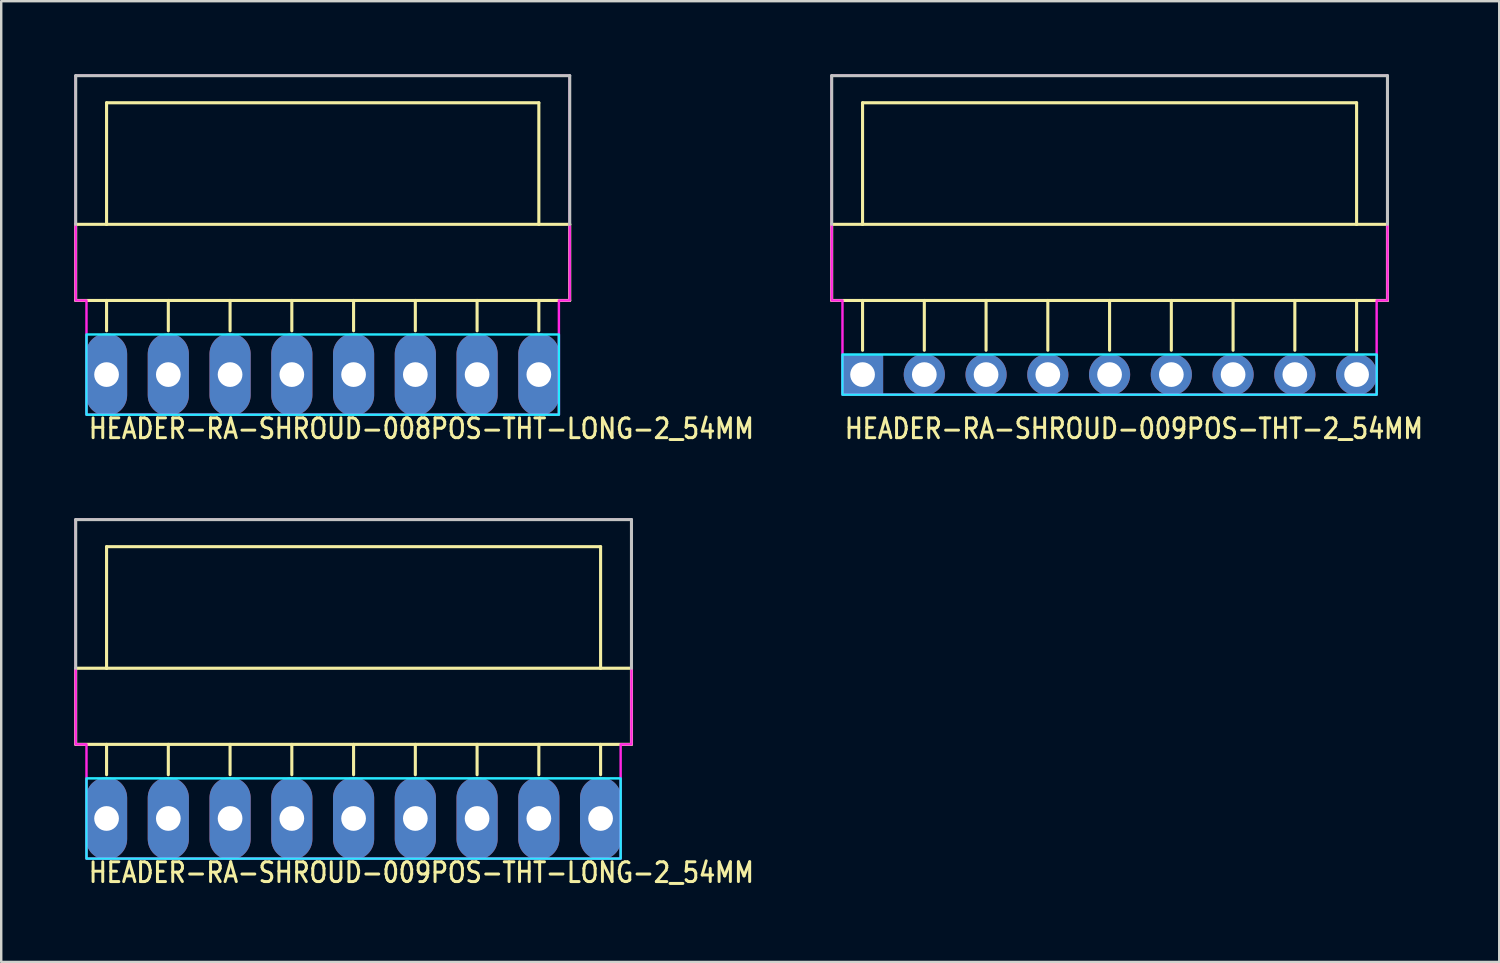
<source format=kicad_pcb>
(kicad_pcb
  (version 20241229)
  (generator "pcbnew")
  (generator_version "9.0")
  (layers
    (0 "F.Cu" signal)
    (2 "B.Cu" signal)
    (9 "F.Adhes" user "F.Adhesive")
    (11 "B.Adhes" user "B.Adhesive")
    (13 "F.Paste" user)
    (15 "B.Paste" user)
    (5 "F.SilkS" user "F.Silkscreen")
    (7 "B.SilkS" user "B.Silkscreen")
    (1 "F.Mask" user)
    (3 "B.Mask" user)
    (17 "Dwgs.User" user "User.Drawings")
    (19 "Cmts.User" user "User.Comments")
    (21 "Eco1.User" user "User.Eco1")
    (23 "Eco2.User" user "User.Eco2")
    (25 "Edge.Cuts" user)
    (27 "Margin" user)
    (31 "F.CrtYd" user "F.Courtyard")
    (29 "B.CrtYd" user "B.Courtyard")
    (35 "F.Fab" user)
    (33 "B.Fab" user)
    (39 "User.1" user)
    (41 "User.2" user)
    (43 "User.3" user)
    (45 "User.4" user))
  (footprint "HEADER-RA-SHROUD-009POS-THT-LONG-2_54MM"
    (layer "F.Cu")
    (at 1.333 30.615)
    (property "Reference" "HEADER-RA-SHROUD-009POS-THT-LONG-2_54MM" (at -0.8 2.7 0) (unlocked yes) (layer "F.SilkS") (effects (font (size 0.813 0.695) (thickness 0.122)) (justify left bottom)))
    (fp_line (start -1.27 -6.18) (end -1.27 -3.048) (stroke (width 0.127) (type solid)) (layer "F.SilkS"))
    (fp_line (start -1.27 -3.048) (end 21.59 -3.048) (stroke (width 0.127) (type solid)) (layer "F.SilkS"))
    (fp_line (start 0 -11.18) (end 0 -6.18) (stroke (width 0.127) (type solid)) (layer "F.SilkS"))
    (fp_line (start 0 -6.18) (end -1.27 -6.18) (stroke (width 0.127) (type solid)) (layer "F.SilkS"))
    (fp_line (start 0 -1.8) (end 0 -3.048) (stroke (width 0.127) (type solid)) (layer "F.SilkS"))
    (fp_line (start 2.54 -1.8) (end 2.54 -3.048) (stroke (width 0.127) (type solid)) (layer "F.SilkS"))
    (fp_line (start 5.08 -1.8) (end 5.08 -3.048) (stroke (width 0.127) (type solid)) (layer "F.SilkS"))
    (fp_line (start 7.62 -1.8) (end 7.62 -3.048) (stroke (width 0.127) (type solid)) (layer "F.SilkS"))
    (fp_line (start 10.16 -1.8) (end 10.16 -3.048) (stroke (width 0.127) (type solid)) (layer "F.SilkS"))
    (fp_line (start 12.7 -1.8) (end 12.7 -3.048) (stroke (width 0.127) (type solid)) (layer "F.SilkS"))
    (fp_line (start 15.24 -1.8) (end 15.24 -3.048) (stroke (width 0.127) (type solid)) (layer "F.SilkS"))
    (fp_line (start 17.78 -1.8) (end 17.78 -3.048) (stroke (width 0.127) (type solid)) (layer "F.SilkS"))
    (fp_line (start 20.32 -11.18) (end 0 -11.18) (stroke (width 0.127) (type solid)) (layer "F.SilkS"))
    (fp_line (start 20.32 -6.18) (end 0 -6.18) (stroke (width 0.127) (type solid)) (layer "F.SilkS"))
    (fp_line (start 20.32 -6.18) (end 20.32 -11.18) (stroke (width 0.127) (type solid)) (layer "F.SilkS"))
    (fp_line (start 20.32 -1.8) (end 20.32 -3.048) (stroke (width 0.127) (type solid)) (layer "F.SilkS"))
    (fp_line (start 21.59 -6.18) (end 20.32 -6.18) (stroke (width 0.127) (type solid)) (layer "F.SilkS"))
    (fp_line (start 21.59 -3.048) (end 21.59 -6.18) (stroke (width 0.127) (type solid)) (layer "F.SilkS"))
    (fp_line (start -1.27 -12.294) (end 21.59 -12.294) (stroke (width 0.127) (type solid)) (layer "Dwgs.User"))
    (fp_line (start -1.27 -6.18) (end -1.27 -12.294) (stroke (width 0.127) (type solid)) (layer "Dwgs.User"))
    (fp_line (start 21.59 -12.294) (end 21.59 -6.18) (stroke (width 0.127) (type solid)) (layer "Dwgs.User"))
    (fp_poly (pts (xy -0.826 -1.65) (xy -0.826 1.65) (xy 21.145 1.65) (xy 21.145 -1.65)) (stroke (width 0.1) (type solid)) (fill no) (layer "B.CrtYd"))
    (fp_poly (pts (xy -1.27 -12.294) (xy -1.27 -3.048) (xy -0.826 -3.048) (xy -0.826 1.65) (xy 21.145 1.65) (xy 21.145 -3.048) (xy 21.59 -3.048) (xy 21.59 -12.294)) (stroke (width 0.1) (type solid)) (fill no) (layer "F.CrtYd"))
    (pad "1" thru_hole oval (at 0 0 90) (size 3.387 1.693) (drill 1.016) (layers "*.Cu" "*.Mask"))
    (pad "2" thru_hole oval (at 2.54 0 90) (size 3.387 1.693) (drill 1.016) (layers "*.Cu" "*.Mask"))
    (pad "3" thru_hole oval (at 5.08 0 90) (size 3.387 1.693) (drill 1.016) (layers "*.Cu" "*.Mask"))
    (pad "4" thru_hole oval (at 7.62 0 90) (size 3.387 1.693) (drill 1.016) (layers "*.Cu" "*.Mask"))
    (pad "5" thru_hole oval (at 10.16 0 90) (size 3.387 1.693) (drill 1.016) (layers "*.Cu" "*.Mask"))
    (pad "6" thru_hole oval (at 12.7 0 90) (size 3.387 1.693) (drill 1.016) (layers "*.Cu" "*.Mask"))
    (pad "7" thru_hole oval (at 15.24 0 90) (size 3.387 1.693) (drill 1.016) (layers "*.Cu" "*.Mask"))
    (pad "8" thru_hole oval (at 17.78 0 90) (size 3.387 1.693) (drill 1.016) (layers "*.Cu" "*.Mask"))
    (pad "9" thru_hole oval (at 20.32 0 90) (size 3.387 1.693) (drill 1.016) (layers "*.Cu" "*.Mask")))
  (footprint "HEADER-RA-SHROUD-009POS-THT-2_54MM"
    (layer "F.Cu")
    (at 32.428 12.357)
    (property "Reference" "HEADER-RA-SHROUD-009POS-THT-2_54MM" (at -0.8 2.7 0) (unlocked yes) (layer "F.SilkS") (effects (font (size 0.813 0.695) (thickness 0.122)) (justify left bottom)))
    (fp_line (start -1.27 -6.18) (end -1.27 -3.048) (stroke (width 0.127) (type solid)) (layer "F.SilkS"))
    (fp_line (start -1.27 -3.048) (end 21.59 -3.048) (stroke (width 0.127) (type solid)) (layer "F.SilkS"))
    (fp_line (start 0 -11.18) (end 0 -6.18) (stroke (width 0.127) (type solid)) (layer "F.SilkS"))
    (fp_line (start 0 -6.18) (end -1.27 -6.18) (stroke (width 0.127) (type solid)) (layer "F.SilkS"))
    (fp_line (start 0 -1) (end 0 -3.048) (stroke (width 0.127) (type solid)) (layer "F.SilkS"))
    (fp_line (start 2.54 -1) (end 2.54 -3.048) (stroke (width 0.127) (type solid)) (layer "F.SilkS"))
    (fp_line (start 5.08 -1) (end 5.08 -3.048) (stroke (width 0.127) (type solid)) (layer "F.SilkS"))
    (fp_line (start 7.62 -1) (end 7.62 -3.048) (stroke (width 0.127) (type solid)) (layer "F.SilkS"))
    (fp_line (start 10.16 -1) (end 10.16 -3.048) (stroke (width 0.127) (type solid)) (layer "F.SilkS"))
    (fp_line (start 12.7 -1) (end 12.7 -3.048) (stroke (width 0.127) (type solid)) (layer "F.SilkS"))
    (fp_line (start 15.24 -1) (end 15.24 -3.048) (stroke (width 0.127) (type solid)) (layer "F.SilkS"))
    (fp_line (start 17.78 -1) (end 17.78 -3.048) (stroke (width 0.127) (type solid)) (layer "F.SilkS"))
    (fp_line (start 20.32 -11.18) (end 0 -11.18) (stroke (width 0.127) (type solid)) (layer "F.SilkS"))
    (fp_line (start 20.32 -6.18) (end 0 -6.18) (stroke (width 0.127) (type solid)) (layer "F.SilkS"))
    (fp_line (start 20.32 -6.18) (end 20.32 -11.18) (stroke (width 0.127) (type solid)) (layer "F.SilkS"))
    (fp_line (start 20.32 -1) (end 20.32 -3.048) (stroke (width 0.127) (type solid)) (layer "F.SilkS"))
    (fp_line (start 21.59 -6.18) (end 20.32 -6.18) (stroke (width 0.127) (type solid)) (layer "F.SilkS"))
    (fp_line (start 21.59 -3.048) (end 21.59 -6.18) (stroke (width 0.127) (type solid)) (layer "F.SilkS"))
    (fp_line (start -1.27 -12.294) (end 21.59 -12.294) (stroke (width 0.127) (type solid)) (layer "Dwgs.User"))
    (fp_line (start -1.27 -6.18) (end -1.27 -12.294) (stroke (width 0.127) (type solid)) (layer "Dwgs.User"))
    (fp_line (start 21.59 -12.294) (end 21.59 -6.18) (stroke (width 0.127) (type solid)) (layer "Dwgs.User"))
    (fp_poly (pts (xy -0.826 -0.826) (xy -0.826 0.826) (xy 21.145 0.826) (xy 21.145 -0.826)) (stroke (width 0.1) (type solid)) (fill no) (layer "B.CrtYd"))
    (fp_poly (pts (xy -1.27 -12.294) (xy -1.27 -3.048) (xy -0.826 -3.048) (xy -0.826 0.826) (xy 21.145 0.826) (xy 21.145 -3.048) (xy 21.59 -3.048) (xy 21.59 -12.294)) (stroke (width 0.1) (type solid)) (fill no) (layer "F.CrtYd"))
    (pad "1" thru_hole rect (at 0 0) (size 1.693 1.693) (drill 1.016) (layers "*.Cu" "*.Mask"))
    (pad "2" thru_hole oval (at 2.54 0) (size 1.693 1.693) (drill 1.016) (layers "*.Cu" "*.Mask"))
    (pad "3" thru_hole oval (at 5.08 0) (size 1.693 1.693) (drill 1.016) (layers "*.Cu" "*.Mask"))
    (pad "4" thru_hole oval (at 7.62 0) (size 1.693 1.693) (drill 1.016) (layers "*.Cu" "*.Mask"))
    (pad "5" thru_hole oval (at 10.16 0) (size 1.693 1.693) (drill 1.016) (layers "*.Cu" "*.Mask"))
    (pad "6" thru_hole oval (at 12.7 0) (size 1.693 1.693) (drill 1.016) (layers "*.Cu" "*.Mask"))
    (pad "7" thru_hole oval (at 15.24 0) (size 1.693 1.693) (drill 1.016) (layers "*.Cu" "*.Mask"))
    (pad "8" thru_hole oval (at 17.78 0) (size 1.693 1.693) (drill 1.016) (layers "*.Cu" "*.Mask"))
    (pad "9" thru_hole oval (at 20.32 0) (size 1.693 1.693) (drill 1.016) (layers "*.Cu" "*.Mask")))
  (footprint "HEADER-RA-SHROUD-008POS-THT-LONG-2_54MM"
    (layer "F.Cu")
    (at 1.333 12.357)
    (property "Reference" "HEADER-RA-SHROUD-008POS-THT-LONG-2_54MM" (at -0.8 2.7 0) (unlocked yes) (layer "F.SilkS") (effects (font (size 0.813 0.695) (thickness 0.122)) (justify left bottom)))
    (fp_line (start -1.27 -6.18) (end -1.27 -3.048) (stroke (width 0.127) (type solid)) (layer "F.SilkS"))
    (fp_line (start -1.27 -3.048) (end 19.05 -3.048) (stroke (width 0.127) (type solid)) (layer "F.SilkS"))
    (fp_line (start 0 -11.18) (end 0 -6.18) (stroke (width 0.127) (type solid)) (layer "F.SilkS"))
    (fp_line (start 0 -6.18) (end -1.27 -6.18) (stroke (width 0.127) (type solid)) (layer "F.SilkS"))
    (fp_line (start 0 -1.8) (end 0 -3.048) (stroke (width 0.127) (type solid)) (layer "F.SilkS"))
    (fp_line (start 2.54 -1.8) (end 2.54 -3.048) (stroke (width 0.127) (type solid)) (layer "F.SilkS"))
    (fp_line (start 5.08 -1.8) (end 5.08 -3.048) (stroke (width 0.127) (type solid)) (layer "F.SilkS"))
    (fp_line (start 7.62 -1.8) (end 7.62 -3.048) (stroke (width 0.127) (type solid)) (layer "F.SilkS"))
    (fp_line (start 10.16 -1.8) (end 10.16 -3.048) (stroke (width 0.127) (type solid)) (layer "F.SilkS"))
    (fp_line (start 12.7 -1.8) (end 12.7 -3.048) (stroke (width 0.127) (type solid)) (layer "F.SilkS"))
    (fp_line (start 15.24 -1.8) (end 15.24 -3.048) (stroke (width 0.127) (type solid)) (layer "F.SilkS"))
    (fp_line (start 17.78 -11.18) (end 0 -11.18) (stroke (width 0.127) (type solid)) (layer "F.SilkS"))
    (fp_line (start 17.78 -6.18) (end 0 -6.18) (stroke (width 0.127) (type solid)) (layer "F.SilkS"))
    (fp_line (start 17.78 -6.18) (end 17.78 -11.18) (stroke (width 0.127) (type solid)) (layer "F.SilkS"))
    (fp_line (start 17.78 -1.8) (end 17.78 -3.048) (stroke (width 0.127) (type solid)) (layer "F.SilkS"))
    (fp_line (start 19.05 -6.18) (end 17.78 -6.18) (stroke (width 0.127) (type solid)) (layer "F.SilkS"))
    (fp_line (start 19.05 -3.048) (end 19.05 -6.18) (stroke (width 0.127) (type solid)) (layer "F.SilkS"))
    (fp_line (start -1.27 -12.294) (end 19.05 -12.294) (stroke (width 0.127) (type solid)) (layer "Dwgs.User"))
    (fp_line (start -1.27 -6.18) (end -1.27 -12.294) (stroke (width 0.127) (type solid)) (layer "Dwgs.User"))
    (fp_line (start 19.05 -12.294) (end 19.05 -6.18) (stroke (width 0.127) (type solid)) (layer "Dwgs.User"))
    (fp_poly (pts (xy -0.826 -1.65) (xy -0.826 1.65) (xy 18.605 1.65) (xy 18.605 -1.65)) (stroke (width 0.1) (type solid)) (fill no) (layer "B.CrtYd"))
    (fp_poly (pts (xy -1.27 -12.294) (xy -1.27 -3.048) (xy -0.826 -3.048) (xy -0.826 1.65) (xy 18.605 1.65) (xy 18.605 -3.048) (xy 19.05 -3.048) (xy 19.05 -12.294)) (stroke (width 0.1) (type solid)) (fill no) (layer "F.CrtYd"))
    (pad "1" thru_hole oval (at 0 0 90) (size 3.387 1.693) (drill 1.016) (layers "*.Cu" "*.Mask"))
    (pad "2" thru_hole oval (at 2.54 0 90) (size 3.387 1.693) (drill 1.016) (layers "*.Cu" "*.Mask"))
    (pad "3" thru_hole oval (at 5.08 0 90) (size 3.387 1.693) (drill 1.016) (layers "*.Cu" "*.Mask"))
    (pad "4" thru_hole oval (at 7.62 0 90) (size 3.387 1.693) (drill 1.016) (layers "*.Cu" "*.Mask"))
    (pad "5" thru_hole oval (at 10.16 0 90) (size 3.387 1.693) (drill 1.016) (layers "*.Cu" "*.Mask"))
    (pad "6" thru_hole oval (at 12.7 0 90) (size 3.387 1.693) (drill 1.016) (layers "*.Cu" "*.Mask"))
    (pad "7" thru_hole oval (at 15.24 0 90) (size 3.387 1.693) (drill 1.016) (layers "*.Cu" "*.Mask"))
    (pad "8" thru_hole oval (at 17.78 0 90) (size 3.387 1.693) (drill 1.016) (layers "*.Cu" "*.Mask")))
  (gr_rect
    (start -3 -3)
    (end 58.615 36.515)
    (stroke (width 0.1) (type default))
    (fill no)
    (layer "Edge.Cuts")))
</source>
